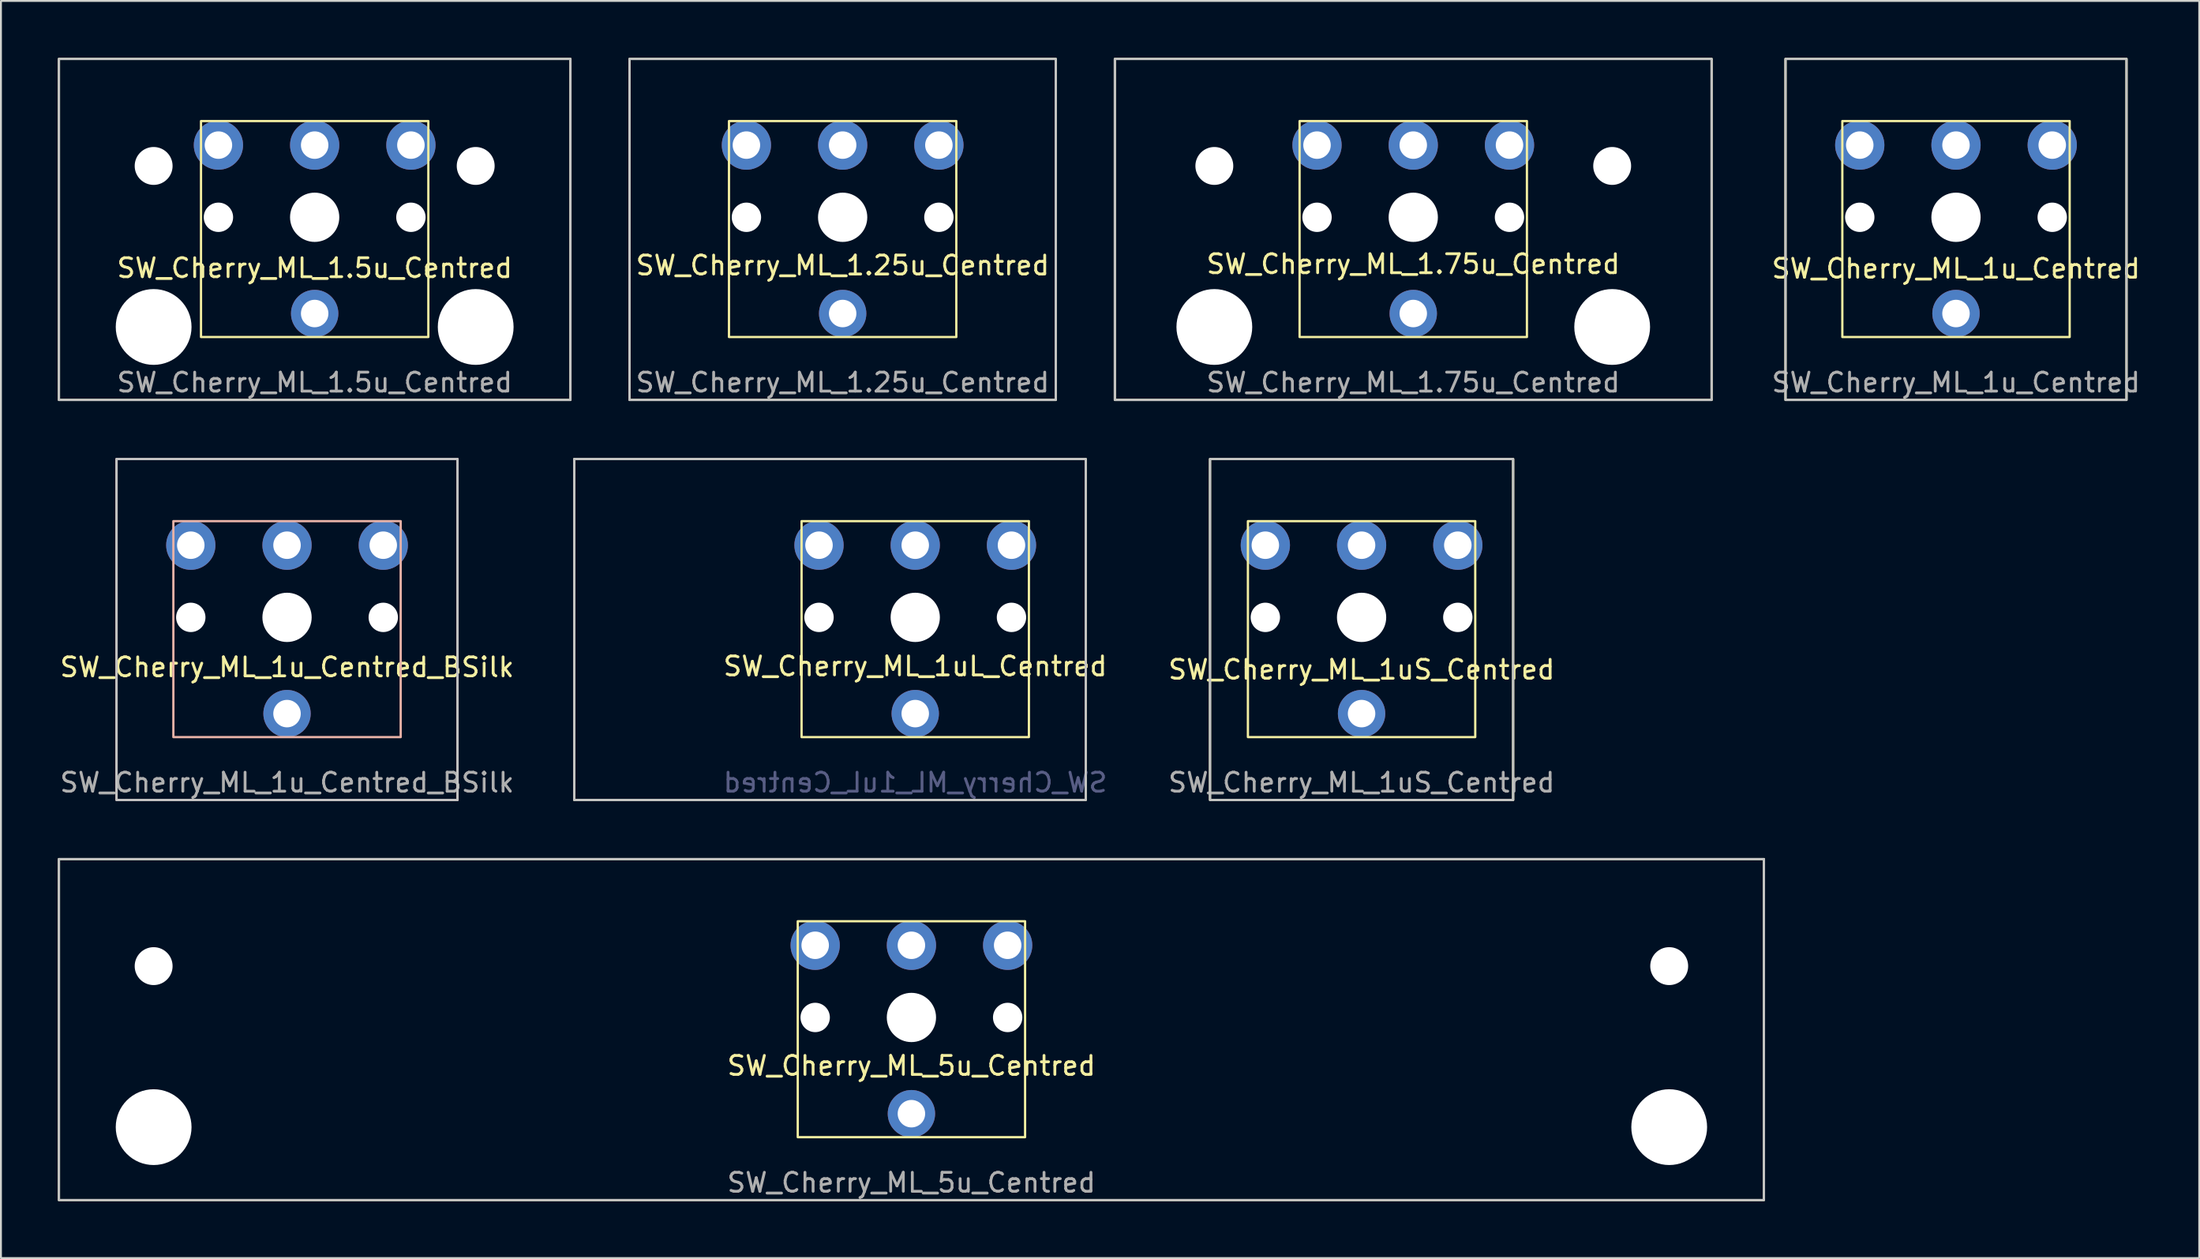
<source format=kicad_pcb>
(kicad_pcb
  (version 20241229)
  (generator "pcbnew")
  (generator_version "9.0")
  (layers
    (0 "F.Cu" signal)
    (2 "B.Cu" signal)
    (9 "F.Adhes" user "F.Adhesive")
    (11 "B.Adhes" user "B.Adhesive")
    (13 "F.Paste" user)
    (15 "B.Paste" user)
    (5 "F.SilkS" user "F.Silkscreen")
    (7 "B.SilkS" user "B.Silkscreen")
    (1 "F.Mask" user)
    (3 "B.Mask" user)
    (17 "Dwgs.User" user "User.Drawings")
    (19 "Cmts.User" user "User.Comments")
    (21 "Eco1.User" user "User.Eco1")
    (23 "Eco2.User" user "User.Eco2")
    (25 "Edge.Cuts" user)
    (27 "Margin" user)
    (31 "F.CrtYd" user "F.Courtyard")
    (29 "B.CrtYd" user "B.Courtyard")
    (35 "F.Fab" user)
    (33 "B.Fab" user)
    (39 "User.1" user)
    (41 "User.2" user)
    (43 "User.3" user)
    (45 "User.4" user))
  (footprint "SW_Cherry_ML_1.25u_Centred"
    (layer "F.Cu")
    (at 41.43 4.61)
    (property "Reference" "SW_Cherry_ML_1.25u_Centred" (at 0 6.35 0) (unlocked yes) (layer "F.SilkS") (effects (font (size 1 1) (thickness 0.15))))
    (attr through_hole)
    (fp_rect (start -11.25 -4.55) (end 11.25 13.45) (stroke (width 0.12) (type solid)) (fill no) (layer "F.SilkS"))
    (fp_rect (start -6 -1.27) (end 6 10.13) (stroke (width 0.12) (type solid)) (fill no) (layer "F.SilkS"))
    (fp_rect (start -11.25 -4.55) (end 11.25 13.45) (stroke (width 0.12) (type solid)) (fill no) (layer "Dwgs.User"))
    (fp_text user "${REFERENCE}" (at 0 12.53 0) (unlocked yes) (layer "F.Fab") (effects (font (size 1 1) (thickness 0.15))))
    (pad "" np_thru_hole circle (at -5.08 3.81) (size 1.55 1.55) (drill 1.55) (layers "*.Cu" "*.Mask"))
    (pad "" np_thru_hole circle (at 0 3.81) (size 2.6 2.6) (drill 2.6) (layers "*.Cu" "*.Mask"))
    (pad "" np_thru_hole circle (at 5.08 3.81) (size 1.55 1.55) (drill 1.55) (layers "*.Cu" "*.Mask"))
    (pad "1" thru_hole circle (at 0 0) (size 2.6 2.6) (drill 1.45) (layers "*.Cu" "B.Mask"))
    (pad "2" thru_hole circle (at 0 8.89) (size 2.5 2.5) (drill 1.45) (layers "*.Cu" "B.Mask"))
    (pad "3" thru_hole circle (at -5.08 0) (size 2.6 2.6) (drill 1.45) (layers "*.Cu" "B.Mask"))
    (pad "3" thru_hole circle (at 5.08 0) (size 2.6 2.6) (drill 1.45) (layers "*.Cu" "B.Mask")))
  (footprint "SW_Cherry_ML_1.75u_Centred"
    (layer "F.Cu")
    (at 71.55 4.61)
    (property "Reference" "SW_Cherry_ML_1.75u_Centred" (at 0 6.28 0) (unlocked yes) (layer "F.SilkS") (effects (font (size 1 1) (thickness 0.15))))
    (attr through_hole)
    (fp_rect (start -15.75 -4.55) (end 15.75 13.45) (stroke (width 0.12) (type solid)) (fill no) (layer "F.SilkS"))
    (fp_rect (start -6 -1.27) (end 6 10.13) (stroke (width 0.12) (type solid)) (fill no) (layer "F.SilkS"))
    (fp_rect (start -15.75 -4.55) (end 15.75 13.45) (stroke (width 0.12) (type solid)) (fill no) (layer "Dwgs.User"))
    (fp_text user "${REFERENCE}" (at 0 12.53 0) (unlocked yes) (layer "F.Fab") (effects (font (size 1 1) (thickness 0.15))))
    (pad "" np_thru_hole circle (at -10.5 1.1) (size 2 2) (drill 2) (layers "*.Cu" "*.Mask"))
    (pad "" np_thru_hole circle (at -10.5 9.6) (size 4 4) (drill 4) (layers "*.Cu" "*.Mask"))
    (pad "" np_thru_hole circle (at -5.08 3.81) (size 1.55 1.55) (drill 1.55) (layers "*.Cu" "*.Mask"))
    (pad "" np_thru_hole circle (at 0 3.81) (size 2.6 2.6) (drill 2.6) (layers "*.Cu" "*.Mask"))
    (pad "" np_thru_hole circle (at 5.08 3.81) (size 1.55 1.55) (drill 1.55) (layers "*.Cu" "*.Mask"))
    (pad "" np_thru_hole circle (at 10.5 1.1) (size 2 2) (drill 2) (layers "*.Cu" "*.Mask"))
    (pad "" np_thru_hole circle (at 10.5 9.6) (size 4 4) (drill 4) (layers "*.Cu" "*.Mask"))
    (pad "1" thru_hole circle (at 0 0) (size 2.6 2.6) (drill 1.45) (layers "*.Cu" "B.Mask"))
    (pad "2" thru_hole circle (at 0 8.89) (size 2.5 2.5) (drill 1.45) (layers "*.Cu" "B.Mask"))
    (pad "3" thru_hole circle (at -5.08 0) (size 2.6 2.6) (drill 1.45) (layers "*.Cu" "B.Mask"))
    (pad "3" thru_hole circle (at 5.08 0) (size 2.6 2.6) (drill 1.45) (layers "*.Cu" "B.Mask")))
  (footprint "SW_Cherry_ML_1u_Centred"
    (layer "F.Cu")
    (at 100.199 4.61)
    (property "Reference" "SW_Cherry_ML_1u_Centred" (at 0 6.52 0) (unlocked yes) (layer "F.SilkS") (effects (font (size 1 1) (thickness 0.15))))
    (attr through_hole)
    (fp_rect (start -9 -4.55) (end 9 13.45) (stroke (width 0.12) (type solid)) (fill no) (layer "F.SilkS"))
    (fp_rect (start -6 -1.27) (end 6 10.13) (stroke (width 0.12) (type solid)) (fill no) (layer "F.SilkS"))
    (fp_rect (start -9 -4.55) (end 9 13.45) (stroke (width 0.12) (type solid)) (fill no) (layer "Dwgs.User"))
    (fp_text user "${REFERENCE}" (at 0 12.53 0) (unlocked yes) (layer "F.Fab") (effects (font (size 1 1) (thickness 0.15))))
    (pad "" np_thru_hole circle (at -5.08 3.81) (size 1.55 1.55) (drill 1.55) (layers "*.Cu" "*.Mask"))
    (pad "" np_thru_hole circle (at 0 3.81) (size 2.6 2.6) (drill 2.6) (layers "*.Cu" "*.Mask"))
    (pad "" np_thru_hole circle (at 5.08 3.81) (size 1.55 1.55) (drill 1.55) (layers "*.Cu" "*.Mask"))
    (pad "1" thru_hole circle (at 0 0) (size 2.6 2.6) (drill 1.45) (layers "*.Cu" "B.Mask"))
    (pad "2" thru_hole circle (at 0 8.89) (size 2.5 2.5) (drill 1.45) (layers "*.Cu" "B.Mask"))
    (pad "3" thru_hole circle (at -5.08 0) (size 2.6 2.6) (drill 1.45) (layers "*.Cu" "B.Mask"))
    (pad "3" thru_hole circle (at 5.08 0) (size 2.6 2.6) (drill 1.45) (layers "*.Cu" "B.Mask")))
  (footprint "SW_Cherry_ML_1uL_Centred"
    (layer "F.Cu")
    (at 45.262 25.73)
    (property "Reference" "SW_Cherry_ML_1uL_Centred" (at 0 6.39 0) (unlocked yes) (layer "F.SilkS") (effects (font (size 1 1) (thickness 0.15))))
    (attr through_hole)
    (fp_rect (start 6 -1.27) (end -6 10.13) (stroke (width 0.12) (type solid)) (fill no) (layer "F.SilkS"))
    (fp_rect (start 9 -4.55) (end -18 13.45) (stroke (width 0.12) (type solid)) (fill no) (layer "F.SilkS"))
    (fp_rect (start 9 -4.55) (end -18 13.45) (stroke (width 0.12) (type solid)) (fill no) (layer "Dwgs.User"))
    (fp_text user "${REFERENCE}" (at 0 12.53 0) (unlocked yes) (layer "B.Fab") (effects (font (size 1 1) (thickness 0.15)) (justify mirror)))
    (pad "" np_thru_hole circle (at -5.08 3.81) (size 1.55 1.55) (drill 1.55) (layers "*.Cu" "*.Mask"))
    (pad "" np_thru_hole circle (at 0 3.81) (size 2.6 2.6) (drill 2.6) (layers "*.Cu" "*.Mask"))
    (pad "" np_thru_hole circle (at 5.08 3.81) (size 1.55 1.55) (drill 1.55) (layers "*.Cu" "*.Mask"))
    (pad "1" thru_hole circle (at 0 0) (size 2.6 2.6) (drill 1.45) (layers "*.Cu" "B.Mask"))
    (pad "2" thru_hole circle (at 0 8.89) (size 2.5 2.5) (drill 1.45) (layers "*.Cu" "B.Mask"))
    (pad "3" thru_hole circle (at -5.08 0) (size 2.6 2.6) (drill 1.45) (layers "*.Cu" "B.Mask"))
    (pad "3" thru_hole circle (at 5.08 0) (size 2.6 2.6) (drill 1.45) (layers "*.Cu" "B.Mask")))
  (footprint "SW_Cherry_ML_5u_Centred"
    (layer "F.Cu")
    (at 45.06 46.85)
    (property "Reference" "SW_Cherry_ML_5u_Centred" (at 0 6.36 0) (unlocked yes) (layer "F.SilkS") (effects (font (size 1 1) (thickness 0.15))))
    (attr through_hole)
    (fp_rect (start -45 -4.55) (end 45 13.45) (stroke (width 0.12) (type solid)) (fill no) (layer "F.SilkS"))
    (fp_rect (start -6 -1.27) (end 6 10.13) (stroke (width 0.12) (type solid)) (fill no) (layer "F.SilkS"))
    (fp_rect (start -45 -4.55) (end 45 13.45) (stroke (width 0.12) (type solid)) (fill no) (layer "Dwgs.User"))
    (fp_text user "${REFERENCE}" (at 0 12.53 0) (unlocked yes) (layer "F.Fab") (effects (font (size 1 1) (thickness 0.15))))
    (pad "" np_thru_hole circle (at -40 1.1) (size 2 2) (drill 2) (layers "*.Cu" "*.Mask"))
    (pad "" np_thru_hole circle (at -40 9.6) (size 4 4) (drill 4) (layers "*.Cu" "*.Mask"))
    (pad "" np_thru_hole circle (at -5.08 3.81) (size 1.55 1.55) (drill 1.55) (layers "*.Cu" "*.Mask"))
    (pad "" np_thru_hole circle (at 0 3.81) (size 2.6 2.6) (drill 2.6) (layers "*.Cu" "*.Mask"))
    (pad "" np_thru_hole circle (at 5.08 3.81) (size 1.55 1.55) (drill 1.55) (layers "*.Cu" "*.Mask"))
    (pad "" np_thru_hole circle (at 40 1.1) (size 2 2) (drill 2) (layers "*.Cu" "*.Mask"))
    (pad "" np_thru_hole circle (at 40 9.6) (size 4 4) (drill 4) (layers "*.Cu" "*.Mask"))
    (pad "1" thru_hole circle (at 0 0) (size 2.6 2.6) (drill 1.45) (layers "*.Cu" "B.Mask"))
    (pad "2" thru_hole circle (at 0 8.89) (size 2.5 2.5) (drill 1.45) (layers "*.Cu" "B.Mask"))
    (pad "3" thru_hole circle (at -5.08 0) (size 2.6 2.6) (drill 1.45) (layers "*.Cu" "B.Mask"))
    (pad "3" thru_hole circle (at 5.08 0) (size 2.6 2.6) (drill 1.45) (layers "*.Cu" "B.Mask")))
  (footprint "SW_Cherry_ML_1uS_Centred"
    (layer "F.Cu")
    (at 68.822 25.73)
    (property "Reference" "SW_Cherry_ML_1uS_Centred" (at 0 6.57 0) (unlocked yes) (layer "F.SilkS") (effects (font (size 1 1) (thickness 0.15))))
    (attr through_hole)
    (fp_rect (start -8 -4.55) (end 8 13.45) (stroke (width 0.12) (type solid)) (fill no) (layer "F.SilkS"))
    (fp_rect (start -6 -1.27) (end 6 10.13) (stroke (width 0.12) (type solid)) (fill no) (layer "F.SilkS"))
    (fp_rect (start -8 -4.55) (end 8 13.45) (stroke (width 0.12) (type solid)) (fill no) (layer "Dwgs.User"))
    (fp_text user "${REFERENCE}" (at 0 12.53 0) (unlocked yes) (layer "F.Fab") (effects (font (size 1 1) (thickness 0.15))))
    (pad "" np_thru_hole circle (at -5.08 3.81) (size 1.55 1.55) (drill 1.55) (layers "*.Cu" "*.Mask"))
    (pad "" np_thru_hole circle (at 0 3.81) (size 2.6 2.6) (drill 2.6) (layers "*.Cu" "*.Mask"))
    (pad "" np_thru_hole circle (at 5.08 3.81) (size 1.55 1.55) (drill 1.55) (layers "*.Cu" "*.Mask"))
    (pad "1" thru_hole circle (at 0 0) (size 2.6 2.6) (drill 1.45) (layers "*.Cu" "B.Mask"))
    (pad "2" thru_hole circle (at 0 8.89) (size 2.5 2.5) (drill 1.45) (layers "*.Cu" "B.Mask"))
    (pad "3" thru_hole circle (at -5.08 0) (size 2.6 2.6) (drill 1.45) (layers "*.Cu" "B.Mask"))
    (pad "3" thru_hole circle (at 5.08 0) (size 2.6 2.6) (drill 1.45) (layers "*.Cu" "B.Mask")))
  (footprint "SW_Cherry_ML_1u_Centred_BSilk"
    (layer "F.Cu")
    (at 12.101 25.73)
    (property "Reference" "SW_Cherry_ML_1u_Centred_BSilk" (at 0 6.44 0) (unlocked yes) (layer "F.SilkS") (effects (font (size 1 1) (thickness 0.15))))
    (attr through_hole)
    (fp_rect (start -9 -4.55) (end 9 13.45) (stroke (width 0.12) (type solid)) (fill no) (layer "B.SilkS"))
    (fp_rect (start -6 -1.27) (end 6 10.13) (stroke (width 0.12) (type solid)) (fill no) (layer "B.SilkS"))
    (fp_rect (start -9 -4.55) (end 9 13.45) (stroke (width 0.12) (type solid)) (fill no) (layer "Dwgs.User"))
    (fp_text user "${REFERENCE}" (at 0 12.53 0) (unlocked yes) (layer "F.Fab") (effects (font (size 1 1) (thickness 0.15))))
    (pad "" np_thru_hole circle (at -5.08 3.81) (size 1.55 1.55) (drill 1.55) (layers "*.Cu" "*.Mask"))
    (pad "" np_thru_hole circle (at 0 3.81) (size 2.6 2.6) (drill 2.6) (layers "*.Cu" "*.Mask"))
    (pad "" np_thru_hole circle (at 5.08 3.81) (size 1.55 1.55) (drill 1.55) (layers "*.Cu" "*.Mask"))
    (pad "1" thru_hole circle (at 0 0) (size 2.6 2.6) (drill 1.45) (layers "*.Cu" "B.Mask"))
    (pad "2" thru_hole circle (at 0 8.89) (size 2.5 2.5) (drill 1.45) (layers "*.Cu" "B.Mask"))
    (pad "3" thru_hole circle (at -5.08 0) (size 2.6 2.6) (drill 1.45) (layers "*.Cu" "B.Mask"))
    (pad "3" thru_hole circle (at 5.08 0) (size 2.6 2.6) (drill 1.45) (layers "*.Cu" "B.Mask")))
  (footprint "SW_Cherry_ML_1.5u_Centred"
    (layer "F.Cu")
    (at 13.56 4.61)
    (property "Reference" "SW_Cherry_ML_1.5u_Centred" (at 0 6.49 0) (unlocked yes) (layer "F.SilkS") (effects (font (size 1 1) (thickness 0.15))))
    (attr through_hole)
    (fp_rect (start -13.5 -4.55) (end 13.5 13.45) (stroke (width 0.12) (type solid)) (fill no) (layer "F.SilkS"))
    (fp_rect (start -6 -1.27) (end 6 10.13) (stroke (width 0.12) (type solid)) (fill no) (layer "F.SilkS"))
    (fp_rect (start -13.5 -4.55) (end 13.5 13.45) (stroke (width 0.12) (type solid)) (fill no) (layer "Dwgs.User"))
    (fp_text user "${REFERENCE}" (at 0 12.53 0) (unlocked yes) (layer "F.Fab") (effects (font (size 1 1) (thickness 0.15))))
    (pad "" np_thru_hole circle (at -8.5 1.1) (size 2 2) (drill 2) (layers "*.Cu" "*.Mask"))
    (pad "" np_thru_hole circle (at -8.5 9.6) (size 4 4) (drill 4) (layers "*.Cu" "*.Mask"))
    (pad "" np_thru_hole circle (at -5.08 3.81) (size 1.55 1.55) (drill 1.55) (layers "*.Cu" "*.Mask"))
    (pad "" np_thru_hole circle (at 0 3.81) (size 2.6 2.6) (drill 2.6) (layers "*.Cu" "*.Mask"))
    (pad "" np_thru_hole circle (at 5.08 3.81) (size 1.55 1.55) (drill 1.55) (layers "*.Cu" "*.Mask"))
    (pad "" np_thru_hole circle (at 8.5 1.1) (size 2 2) (drill 2) (layers "*.Cu" "*.Mask"))
    (pad "" np_thru_hole circle (at 8.5 9.6) (size 4 4) (drill 4) (layers "*.Cu" "*.Mask"))
    (pad "1" thru_hole circle (at 0 0) (size 2.6 2.6) (drill 1.45) (layers "*.Cu" "B.Mask"))
    (pad "2" thru_hole circle (at 0 8.89) (size 2.5 2.5) (drill 1.45) (layers "*.Cu" "B.Mask"))
    (pad "3" thru_hole circle (at -5.08 0) (size 2.6 2.6) (drill 1.45) (layers "*.Cu" "B.Mask"))
    (pad "3" thru_hole circle (at 5.08 0) (size 2.6 2.6) (drill 1.45) (layers "*.Cu" "B.Mask")))
  (gr_rect
    (start -3 -3)
    (end 113.039 63.36)
    (stroke (width 0.1) (type default))
    (fill no)
    (layer "Edge.Cuts")))
</source>
